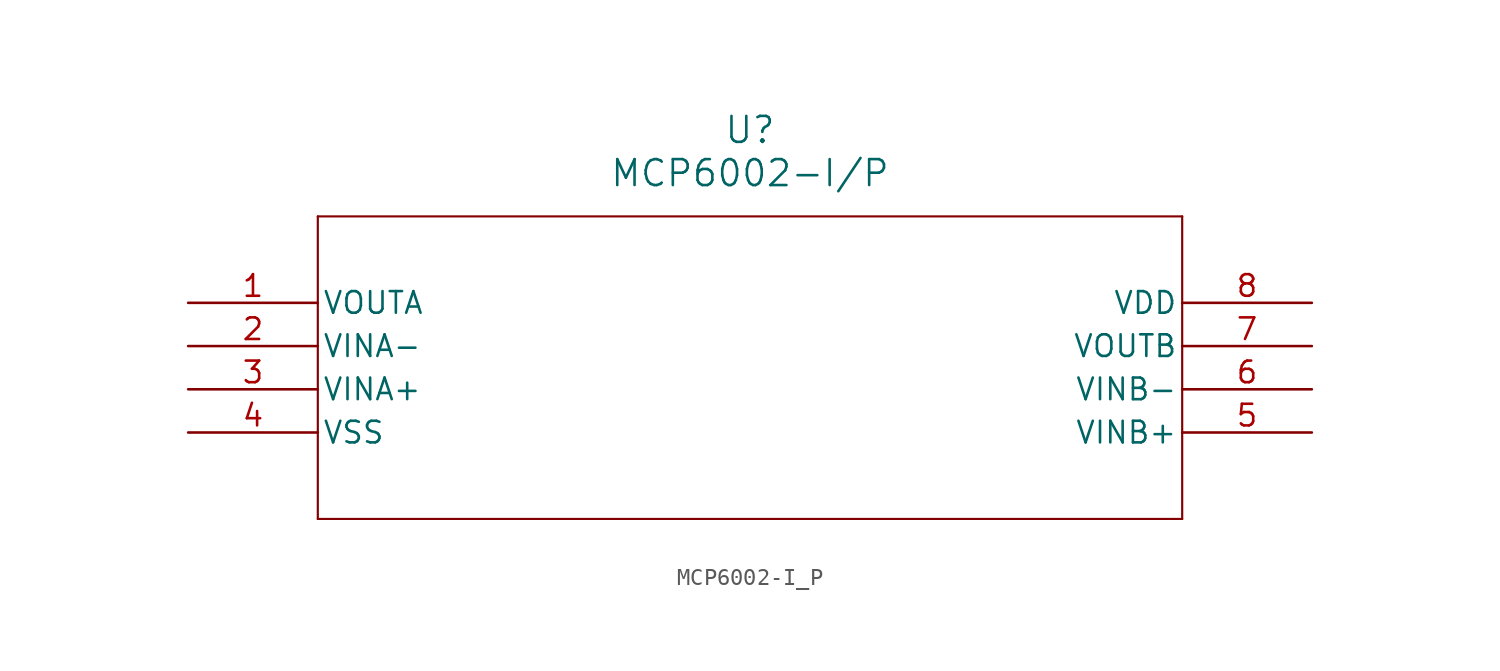
<source format=kicad_sym>
(kicad_symbol_lib
  (version 20211014)
  (generator kicad_symbol_editor)
  (symbol "MCP6002-I_P"
    (pin_names
      (offset 0.254))
    (property "Reference" "U"
      (at 33.02 10.16 0)
      (effects (font (size 1.524 1.524))))
    (property "Value" "MCP6002-I/P"
      (at 33.02 7.62 0)
      (effects (font (size 1.524 1.524))))
    (symbol "MCP6002-I_P_0_1"
      (polyline (pts (xy 7.62 5.08) (xy 7.62 -12.7)) (stroke (width 0.127) (type default) (color 0 0 0 0)) (fill (type none)))
      (polyline (pts (xy 7.62 -12.7) (xy 58.42 -12.7)) (stroke (width 0.127) (type default) (color 0 0 0 0)) (fill (type none)))
      (polyline (pts (xy 58.42 -12.7) (xy 58.42 5.08)) (stroke (width 0.127) (type default) (color 0 0 0 0)) (fill (type none)))
      (polyline (pts (xy 58.42 5.08) (xy 7.62 5.08)) (stroke (width 0.127) (type default) (color 0 0 0 0)) (fill (type none)))
      (pin unspecified line (at 0 0 0) (length 7.62) (name "VOUTA" (effects (font (size 1.27 1.27)))) (number "1" (effects (font (size 1.27 1.27)))))
      (pin unspecified line (at 0 -2.54 0) (length 7.62) (name "VINA-" (effects (font (size 1.27 1.27)))) (number "2" (effects (font (size 1.27 1.27)))))
      (pin unspecified line (at 0 -5.08 0) (length 7.62) (name "VINA+" (effects (font (size 1.27 1.27)))) (number "3" (effects (font (size 1.27 1.27)))))
      (pin unspecified line (at 0 -7.62 0) (length 7.62) (name "VSS" (effects (font (size 1.27 1.27)))) (number "4" (effects (font (size 1.27 1.27)))))
      (pin unspecified line (at 66.04 -7.62 180) (length 7.62) (name "VINB+" (effects (font (size 1.27 1.27)))) (number "5" (effects (font (size 1.27 1.27)))))
      (pin unspecified line (at 66.04 -5.08 180) (length 7.62) (name "VINB-" (effects (font (size 1.27 1.27)))) (number "6" (effects (font (size 1.27 1.27)))))
      (pin unspecified line (at 66.04 -2.54 180) (length 7.62) (name "VOUTB" (effects (font (size 1.27 1.27)))) (number "7" (effects (font (size 1.27 1.27)))))
      (pin unspecified line (at 66.04 0 180) (length 7.62) (name "VDD" (effects (font (size 1.27 1.27)))) (number "8" (effects (font (size 1.27 1.27))))))))
</source>
